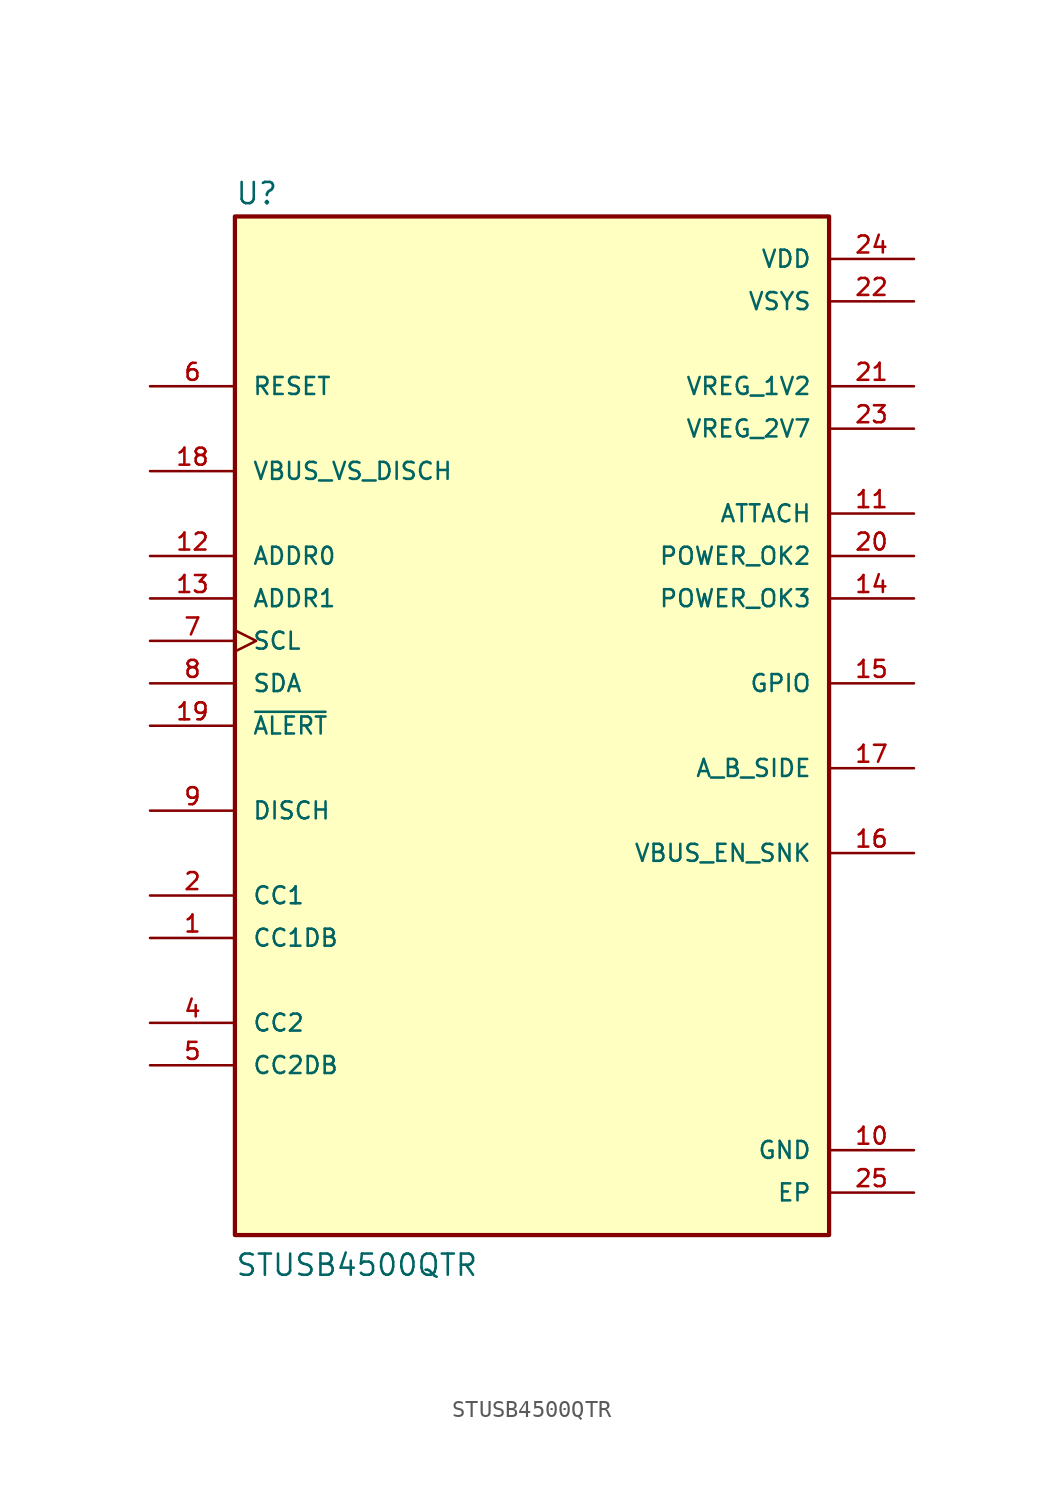
<source format=kicad_sym>
(kicad_symbol_lib
  (version 20211014)
  (generator kicad_symbol_editor)
  (symbol "STUSB4500QTR"
    (pin_names
      (offset 1.016))
    (property "Reference" "U"
      (at -17.78 31.115 0)
      (effects (font (size 1.27 1.27)) (justify bottom left)))
    (property "Value" "STUSB4500QTR"
      (at -17.78 -33.02 0)
      (effects (font (size 1.27 1.27)) (justify bottom left)))
    (symbol "STUSB4500QTR_0_0"
      (rectangle (start -17.78 -30.48) (end 17.78 30.48) (stroke (width 0.254)) (fill (type background)))
      (pin bidirectional line (at -22.86 -12.7 0) (length 5.08) (name "CC1DB" (effects (font (size 1.016 1.016)))) (number "1" (effects (font (size 1.016 1.016)))))
      (pin bidirectional line (at -22.86 -10.16 0) (length 5.08) (name "CC1" (effects (font (size 1.016 1.016)))) (number "2" (effects (font (size 1.016 1.016)))))
      (pin bidirectional line (at -22.86 -17.78 0) (length 5.08) (name "CC2" (effects (font (size 1.016 1.016)))) (number "4" (effects (font (size 1.016 1.016)))))
      (pin bidirectional line (at -22.86 -20.32 0) (length 5.08) (name "CC2DB" (effects (font (size 1.016 1.016)))) (number "5" (effects (font (size 1.016 1.016)))))
      (pin input line (at -22.86 20.32 0) (length 5.08) (name "RESET" (effects (font (size 1.016 1.016)))) (number "6" (effects (font (size 1.016 1.016)))))
      (pin input clock (at -22.86 5.08 0) (length 5.08) (name "SCL" (effects (font (size 1.016 1.016)))) (number "7" (effects (font (size 1.016 1.016)))))
      (pin bidirectional line (at -22.86 2.54 0) (length 5.08) (name "SDA" (effects (font (size 1.016 1.016)))) (number "8" (effects (font (size 1.016 1.016)))))
      (pin bidirectional line (at -22.86 -5.08 0) (length 5.08) (name "DISCH" (effects (font (size 1.016 1.016)))) (number "9" (effects (font (size 1.016 1.016)))))
      (pin power_in line (at 22.86 -25.4 180.0) (length 5.08) (name "GND" (effects (font (size 1.016 1.016)))) (number "10" (effects (font (size 1.016 1.016)))))
      (pin output line (at 22.86 12.7 180.0) (length 5.08) (name "ATTACH" (effects (font (size 1.016 1.016)))) (number "11" (effects (font (size 1.016 1.016)))))
      (pin input line (at -22.86 10.16 0) (length 5.08) (name "ADDR0" (effects (font (size 1.016 1.016)))) (number "12" (effects (font (size 1.016 1.016)))))
      (pin input line (at -22.86 7.62 0) (length 5.08) (name "ADDR1" (effects (font (size 1.016 1.016)))) (number "13" (effects (font (size 1.016 1.016)))))
      (pin output line (at 22.86 7.62 180.0) (length 5.08) (name "POWER_OK3" (effects (font (size 1.016 1.016)))) (number "14" (effects (font (size 1.016 1.016)))))
      (pin output line (at 22.86 2.54 180.0) (length 5.08) (name "GPIO" (effects (font (size 1.016 1.016)))) (number "15" (effects (font (size 1.016 1.016)))))
      (pin output line (at 22.86 -7.62 180.0) (length 5.08) (name "VBUS_EN_SNK" (effects (font (size 1.016 1.016)))) (number "16" (effects (font (size 1.016 1.016)))))
      (pin output line (at 22.86 -2.54 180.0) (length 5.08) (name "A_B_SIDE" (effects (font (size 1.016 1.016)))) (number "17" (effects (font (size 1.016 1.016)))))
      (pin input line (at -22.86 15.24 0) (length 5.08) (name "VBUS_VS_DISCH" (effects (font (size 1.016 1.016)))) (number "18" (effects (font (size 1.016 1.016)))))
      (pin output line (at -22.86 0.0 0) (length 5.08) (name "~{ALERT}" (effects (font (size 1.016 1.016)))) (number "19" (effects (font (size 1.016 1.016)))))
      (pin output line (at 22.86 10.16 180.0) (length 5.08) (name "POWER_OK2" (effects (font (size 1.016 1.016)))) (number "20" (effects (font (size 1.016 1.016)))))
      (pin output line (at 22.86 20.32 180.0) (length 5.08) (name "VREG_1V2" (effects (font (size 1.016 1.016)))) (number "21" (effects (font (size 1.016 1.016)))))
      (pin power_in line (at 22.86 25.4 180.0) (length 5.08) (name "VSYS" (effects (font (size 1.016 1.016)))) (number "22" (effects (font (size 1.016 1.016)))))
      (pin output line (at 22.86 17.78 180.0) (length 5.08) (name "VREG_2V7" (effects (font (size 1.016 1.016)))) (number "23" (effects (font (size 1.016 1.016)))))
      (pin power_in line (at 22.86 27.94 180.0) (length 5.08) (name "VDD" (effects (font (size 1.016 1.016)))) (number "24" (effects (font (size 1.016 1.016)))))
      (pin power_in line (at 22.86 -27.94 180.0) (length 5.08) (name "EP" (effects (font (size 1.016 1.016)))) (number "25" (effects (font (size 1.016 1.016))))))))
</source>
